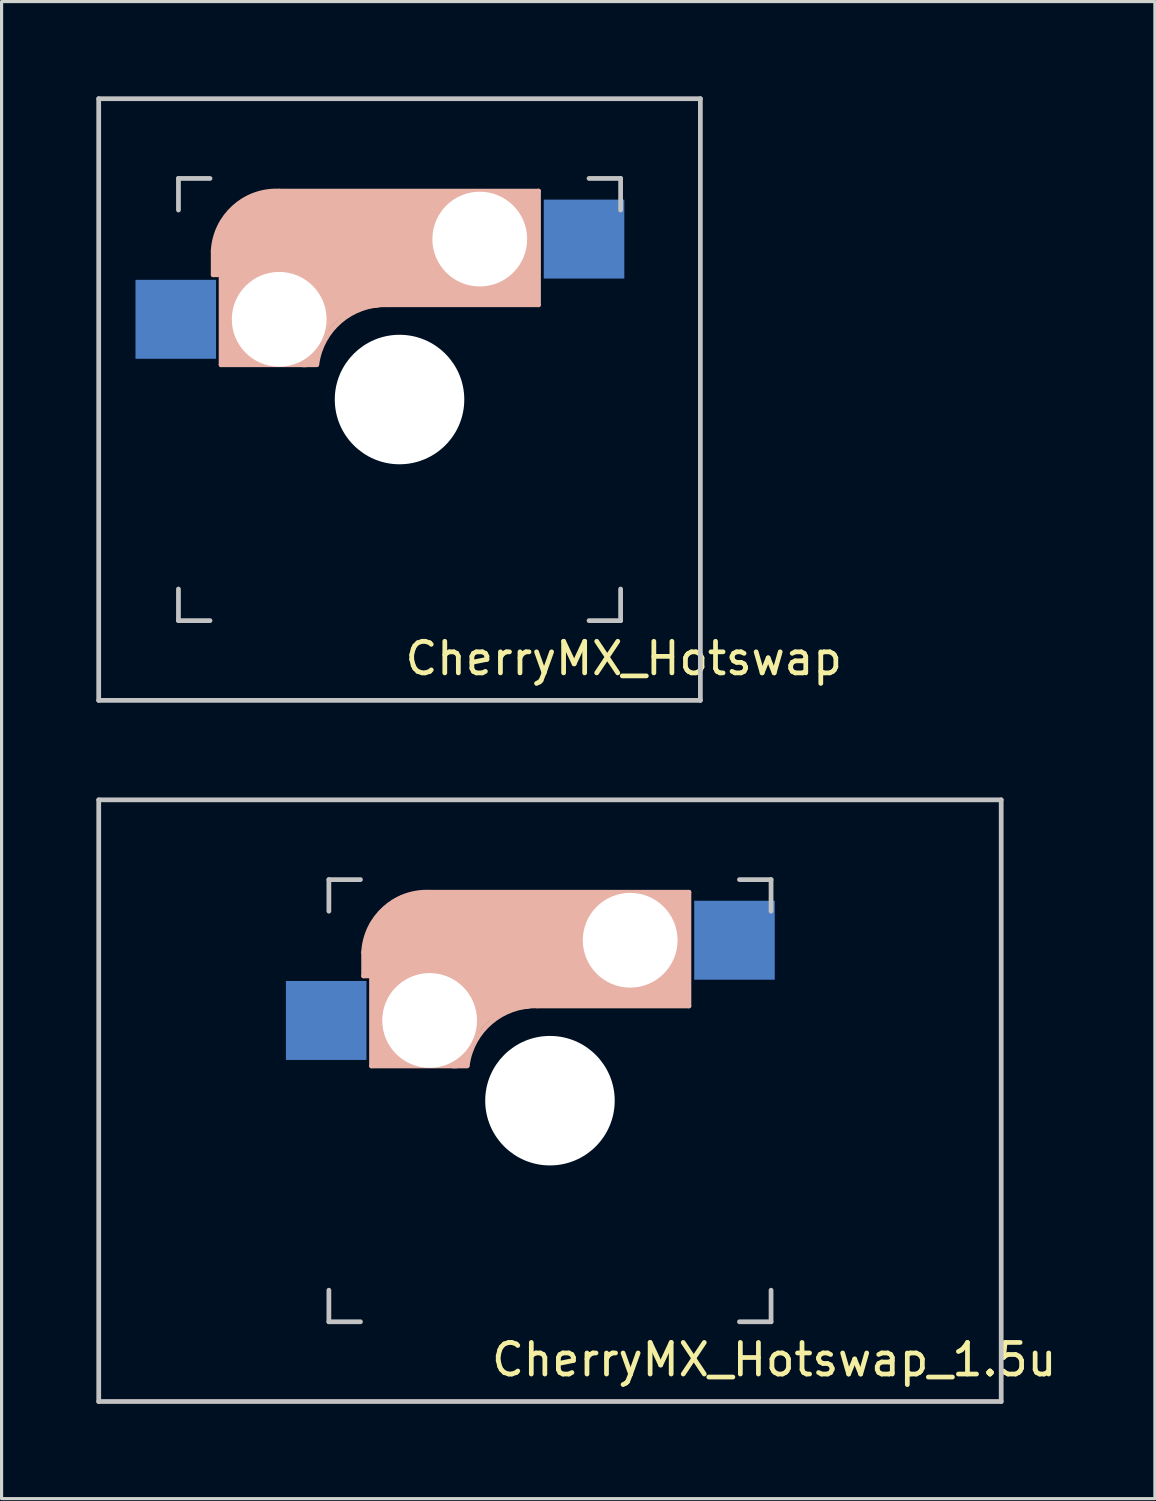
<source format=kicad_pcb>
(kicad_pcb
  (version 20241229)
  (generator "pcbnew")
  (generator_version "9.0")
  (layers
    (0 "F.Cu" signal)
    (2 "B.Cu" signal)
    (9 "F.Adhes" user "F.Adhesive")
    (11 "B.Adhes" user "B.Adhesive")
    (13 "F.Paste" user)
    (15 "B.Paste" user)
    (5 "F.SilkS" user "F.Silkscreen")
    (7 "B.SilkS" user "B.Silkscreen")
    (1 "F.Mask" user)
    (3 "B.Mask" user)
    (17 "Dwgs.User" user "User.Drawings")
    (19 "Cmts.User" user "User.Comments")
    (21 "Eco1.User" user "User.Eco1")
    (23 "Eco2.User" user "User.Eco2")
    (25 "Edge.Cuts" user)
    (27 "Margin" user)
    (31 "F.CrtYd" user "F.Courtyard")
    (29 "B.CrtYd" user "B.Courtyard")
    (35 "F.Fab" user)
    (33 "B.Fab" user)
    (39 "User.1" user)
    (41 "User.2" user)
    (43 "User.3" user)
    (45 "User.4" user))
  (footprint "CherryMX_Hotswap_1.5u"
    (layer "F.Cu")
    (at 14.363 31.8)
    (property "Reference" "CherryMX_Hotswap_1.5u" (at 7.1 8.2 0) (layer "F.SilkS") (effects (font (size 1 1) (thickness 0.15))))
    (attr through_hole)
    (fp_line (start -5.9 -4.7) (end -5.9 -3.95) (stroke (width 0.15) (type solid)) (layer "B.SilkS"))
    (fp_line (start -5.9 -3.95) (end -5.7 -3.95) (stroke (width 0.15) (type solid)) (layer "B.SilkS"))
    (fp_line (start -5.8 -4.05) (end -5.8 -4.7) (stroke (width 0.3) (type solid)) (layer "B.SilkS"))
    (fp_line (start -5.65 -5.55) (end -5.65 -1.1) (stroke (width 0.15) (type solid)) (layer "B.SilkS"))
    (fp_line (start -5.65 -1.1) (end -2.62 -1.1) (stroke (width 0.15) (type solid)) (layer "B.SilkS"))
    (fp_line (start -5.45 -1.3) (end -3 -1.3) (stroke (width 0.5) (type solid)) (layer "B.SilkS"))
    (fp_line (start -5.3 -1.6) (end -5.3 -3.4) (stroke (width 0.8) (type solid)) (layer "B.SilkS"))
    (fp_line (start -4.17 -5.1) (end -4.17 -2.86) (stroke (width 3) (type solid)) (layer "B.SilkS"))
    (fp_line (start -0.4 -3) (end 4.4 -3) (stroke (width 0.15) (type solid)) (layer "B.SilkS"))
    (fp_line (start 2.6 -4.8) (end -4.1 -4.8) (stroke (width 3.5) (type solid)) (layer "B.SilkS"))
    (fp_line (start 3.9 -6) (end 3.9 -3.5) (stroke (width 1) (type solid)) (layer "B.SilkS"))
    (fp_line (start 4.2 -3.25) (end 2.9 -3.3) (stroke (width 0.5) (type solid)) (layer "B.SilkS"))
    (fp_line (start 4.25 -6.4) (end 3 -6.4) (stroke (width 0.4) (type solid)) (layer "B.SilkS"))
    (fp_line (start 4.38 -4) (end 4.38 -6.25) (stroke (width 0.15) (type solid)) (layer "B.SilkS"))
    (fp_line (start 4.4 -6.6) (end -3.8 -6.6) (stroke (width 0.15) (type solid)) (layer "B.SilkS"))
    (fp_line (start 4.4 -3) (end 4.4 -6.6) (stroke (width 0.15) (type solid)) (layer "B.SilkS"))
    (fp_arc (start -5.9 -4.699999) (mid -5.243504 -6.084924) (end -3.800001 -6.6) (stroke (width 0.15) (type solid)) (layer "B.SilkS"))
    (fp_arc (start -3.016318 -1.521471) (mid -2.268709 -2.886118) (end -0.8 -3.4) (stroke (width 1) (type solid)) (layer "B.SilkS"))
    (fp_arc (start -2.616318 -1.121471) (mid -1.868709 -2.486118) (end -0.4 -3) (stroke (width 0.15) (type solid)) (layer "B.SilkS"))
    (fp_line (start -14.287 -9.525) (end 14.287 -9.525) (stroke (width 0.15) (type solid)) (layer "Dwgs.User"))
    (fp_line (start -14.287 9.525) (end -14.287 -9.525) (stroke (width 0.15) (type solid)) (layer "Dwgs.User"))
    (fp_line (start -7 -7) (end -6 -7) (stroke (width 0.15) (type solid)) (layer "Dwgs.User"))
    (fp_line (start -7 -6) (end -7 -7) (stroke (width 0.15) (type solid)) (layer "Dwgs.User"))
    (fp_line (start -7 6) (end -7 7) (stroke (width 0.15) (type solid)) (layer "Dwgs.User"))
    (fp_line (start -7 7) (end -6 7) (stroke (width 0.15) (type solid)) (layer "Dwgs.User"))
    (fp_line (start 6 7) (end 7 7) (stroke (width 0.15) (type solid)) (layer "Dwgs.User"))
    (fp_line (start 7 -7) (end 6 -7) (stroke (width 0.15) (type solid)) (layer "Dwgs.User"))
    (fp_line (start 7 -7) (end 7 -6) (stroke (width 0.15) (type solid)) (layer "Dwgs.User"))
    (fp_line (start 7 7) (end 7 6) (stroke (width 0.15) (type solid)) (layer "Dwgs.User"))
    (fp_line (start 14.287 -9.525) (end 14.287 9.525) (stroke (width 0.15) (type solid)) (layer "Dwgs.User"))
    (fp_line (start 14.287 9.525) (end -14.287 9.525) (stroke (width 0.15) (type solid)) (layer "Dwgs.User"))
    (pad "" np_thru_hole circle (at -3.81 -2.54) (size 3 3) (drill 3) (layers "*.Cu" "*.Mask"))
    (pad "" np_thru_hole circle (at 0 0 90) (size 4.1 4.1) (drill 4.1) (layers "*.Cu" "*.Mask"))
    (pad "" np_thru_hole circle (at 2.54 -5.08) (size 3 3) (drill 3) (layers "*.Cu" "*.Mask"))
    (pad "1" smd rect (at -7.085 -2.54 180) (size 2.55 2.5) (layers "B.Cu" "B.Mask" "B.Paste"))
    (pad "2" smd rect (at 5.842 -5.08 180) (size 2.55 2.5) (layers "B.Cu" "B.Mask" "B.Paste")))
  (footprint "CherryMX_Hotswap"
    (layer "F.Cu")
    (at 9.6 9.6)
    (property "Reference" "CherryMX_Hotswap" (at 7.1 8.2 0) (layer "F.SilkS") (effects (font (size 1 1) (thickness 0.15))))
    (attr through_hole)
    (fp_line (start -5.9 -4.7) (end -5.9 -3.95) (stroke (width 0.15) (type solid)) (layer "B.SilkS"))
    (fp_line (start -5.9 -3.95) (end -5.7 -3.95) (stroke (width 0.15) (type solid)) (layer "B.SilkS"))
    (fp_line (start -5.8 -4.05) (end -5.8 -4.7) (stroke (width 0.3) (type solid)) (layer "B.SilkS"))
    (fp_line (start -5.65 -5.55) (end -5.65 -1.1) (stroke (width 0.15) (type solid)) (layer "B.SilkS"))
    (fp_line (start -5.65 -1.1) (end -2.62 -1.1) (stroke (width 0.15) (type solid)) (layer "B.SilkS"))
    (fp_line (start -5.45 -1.3) (end -3 -1.3) (stroke (width 0.5) (type solid)) (layer "B.SilkS"))
    (fp_line (start -5.3 -1.6) (end -5.3 -3.4) (stroke (width 0.8) (type solid)) (layer "B.SilkS"))
    (fp_line (start -4.17 -5.1) (end -4.17 -2.86) (stroke (width 3) (type solid)) (layer "B.SilkS"))
    (fp_line (start -0.4 -3) (end 4.4 -3) (stroke (width 0.15) (type solid)) (layer "B.SilkS"))
    (fp_line (start 2.6 -4.8) (end -4.1 -4.8) (stroke (width 3.5) (type solid)) (layer "B.SilkS"))
    (fp_line (start 3.9 -6) (end 3.9 -3.5) (stroke (width 1) (type solid)) (layer "B.SilkS"))
    (fp_line (start 4.2 -3.25) (end 2.9 -3.3) (stroke (width 0.5) (type solid)) (layer "B.SilkS"))
    (fp_line (start 4.25 -6.4) (end 3 -6.4) (stroke (width 0.4) (type solid)) (layer "B.SilkS"))
    (fp_line (start 4.38 -4) (end 4.38 -6.25) (stroke (width 0.15) (type solid)) (layer "B.SilkS"))
    (fp_line (start 4.4 -6.6) (end -3.8 -6.6) (stroke (width 0.15) (type solid)) (layer "B.SilkS"))
    (fp_line (start 4.4 -3) (end 4.4 -6.6) (stroke (width 0.15) (type solid)) (layer "B.SilkS"))
    (fp_arc (start -5.9 -4.699999) (mid -5.243504 -6.084924) (end -3.800001 -6.6) (stroke (width 0.15) (type solid)) (layer "B.SilkS"))
    (fp_arc (start -3.016318 -1.521471) (mid -2.268709 -2.886118) (end -0.8 -3.4) (stroke (width 1) (type solid)) (layer "B.SilkS"))
    (fp_arc (start -2.616318 -1.121471) (mid -1.868709 -2.486118) (end -0.4 -3) (stroke (width 0.15) (type solid)) (layer "B.SilkS"))
    (fp_line (start -9.525 -9.525) (end 9.525 -9.525) (stroke (width 0.15) (type solid)) (layer "Dwgs.User"))
    (fp_line (start -9.525 9.525) (end -9.525 -9.525) (stroke (width 0.15) (type solid)) (layer "Dwgs.User"))
    (fp_line (start -7 -7) (end -6 -7) (stroke (width 0.15) (type solid)) (layer "Dwgs.User"))
    (fp_line (start -7 -6) (end -7 -7) (stroke (width 0.15) (type solid)) (layer "Dwgs.User"))
    (fp_line (start -7 6) (end -7 7) (stroke (width 0.15) (type solid)) (layer "Dwgs.User"))
    (fp_line (start -7 7) (end -6 7) (stroke (width 0.15) (type solid)) (layer "Dwgs.User"))
    (fp_line (start 6 7) (end 7 7) (stroke (width 0.15) (type solid)) (layer "Dwgs.User"))
    (fp_line (start 7 -7) (end 6 -7) (stroke (width 0.15) (type solid)) (layer "Dwgs.User"))
    (fp_line (start 7 -7) (end 7 -6) (stroke (width 0.15) (type solid)) (layer "Dwgs.User"))
    (fp_line (start 7 7) (end 7 6) (stroke (width 0.15) (type solid)) (layer "Dwgs.User"))
    (fp_line (start 9.525 -9.525) (end 9.525 9.525) (stroke (width 0.15) (type solid)) (layer "Dwgs.User"))
    (fp_line (start 9.525 9.525) (end -9.525 9.525) (stroke (width 0.15) (type solid)) (layer "Dwgs.User"))
    (pad "" np_thru_hole circle (at -3.81 -2.54) (size 3 3) (drill 3) (layers "*.Cu" "*.Mask"))
    (pad "" np_thru_hole circle (at 0 0 90) (size 4.1 4.1) (drill 4.1) (layers "*.Cu" "*.Mask"))
    (pad "" np_thru_hole circle (at 2.54 -5.08) (size 3 3) (drill 3) (layers "*.Cu" "*.Mask"))
    (pad "1" smd rect (at -7.085 -2.54 180) (size 2.55 2.5) (layers "B.Cu" "B.Mask" "B.Paste"))
    (pad "2" smd rect (at 5.842 -5.08 180) (size 2.55 2.5) (layers "B.Cu" "B.Mask" "B.Paste")))
  (gr_rect
    (start -3 -3)
    (end 33.516 44.4)
    (stroke (width 0.1) (type default))
    (fill no)
    (layer "Edge.Cuts")))
</source>
